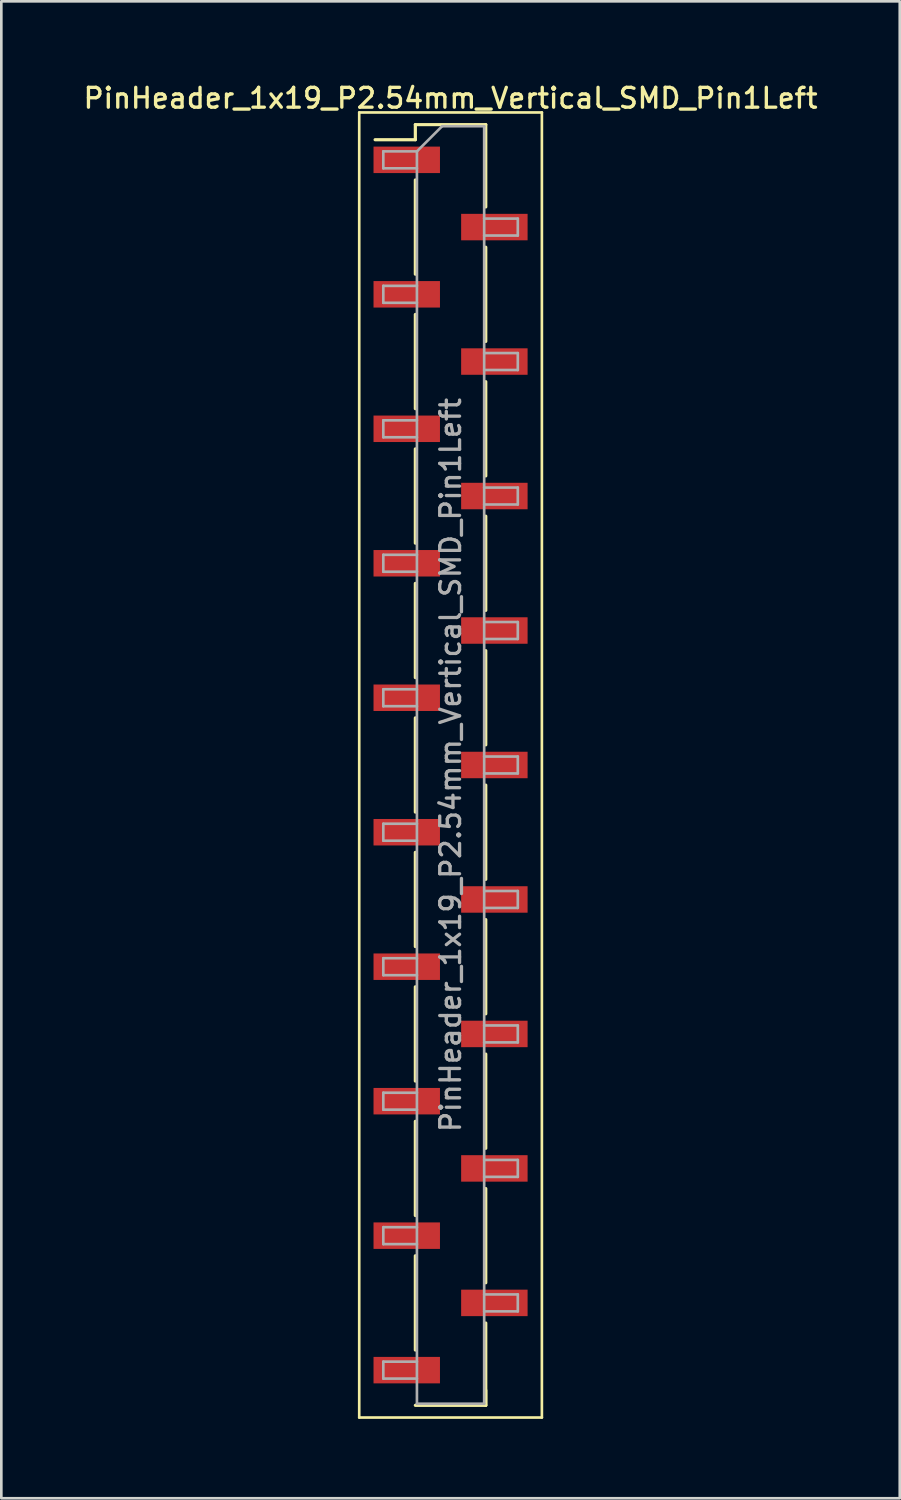
<source format=kicad_pcb>
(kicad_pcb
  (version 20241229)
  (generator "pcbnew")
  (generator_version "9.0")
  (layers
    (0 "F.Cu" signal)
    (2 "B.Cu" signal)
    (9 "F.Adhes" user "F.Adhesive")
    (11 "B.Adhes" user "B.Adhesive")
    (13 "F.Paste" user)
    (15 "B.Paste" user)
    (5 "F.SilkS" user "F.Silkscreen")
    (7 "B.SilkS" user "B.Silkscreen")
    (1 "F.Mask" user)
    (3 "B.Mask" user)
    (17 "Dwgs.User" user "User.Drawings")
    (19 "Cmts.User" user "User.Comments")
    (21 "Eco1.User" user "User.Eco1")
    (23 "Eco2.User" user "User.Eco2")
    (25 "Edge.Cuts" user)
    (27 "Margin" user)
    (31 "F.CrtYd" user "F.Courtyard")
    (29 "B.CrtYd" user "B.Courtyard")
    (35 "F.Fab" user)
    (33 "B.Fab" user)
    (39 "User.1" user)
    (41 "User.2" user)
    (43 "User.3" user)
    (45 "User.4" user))
  (footprint "PinHeader_1x19_P2.54mm_Vertical_SMD_Pin1Left"
    (layer "F.Cu")
    (at 13.97 25.848)
    (property "Reference" "PinHeader_1x19_P2.54mm_Vertical_SMD_Pin1Left" (at 0 -25.19 0) (layer "F.SilkS") (effects (font (size 0.75 0.75) (thickness 0.125))))
    (attr smd)
    (fp_line (start -3.45 -24.65) (end -3.45 24.65) (stroke (width 0.1) (type solid)) (layer "F.SilkS"))
    (fp_line (start -3.45 24.65) (end 3.45 24.65) (stroke (width 0.1) (type solid)) (layer "F.SilkS"))
    (fp_line (start -1.33 -24.19) (end -1.33 -23.62) (stroke (width 0.12) (type solid)) (layer "F.SilkS"))
    (fp_line (start -1.33 -24.19) (end 1.33 -24.19) (stroke (width 0.12) (type solid)) (layer "F.SilkS"))
    (fp_line (start -1.33 -23.62) (end -2.85 -23.62) (stroke (width 0.12) (type solid)) (layer "F.SilkS"))
    (fp_line (start -1.33 -22.1) (end -1.33 -18.54) (stroke (width 0.12) (type solid)) (layer "F.SilkS"))
    (fp_line (start -1.33 -17.02) (end -1.33 -13.46) (stroke (width 0.12) (type solid)) (layer "F.SilkS"))
    (fp_line (start -1.33 -11.94) (end -1.33 -8.38) (stroke (width 0.12) (type solid)) (layer "F.SilkS"))
    (fp_line (start -1.33 -6.86) (end -1.33 -3.3) (stroke (width 0.12) (type solid)) (layer "F.SilkS"))
    (fp_line (start -1.33 -1.78) (end -1.33 1.78) (stroke (width 0.12) (type solid)) (layer "F.SilkS"))
    (fp_line (start -1.33 3.3) (end -1.33 6.86) (stroke (width 0.12) (type solid)) (layer "F.SilkS"))
    (fp_line (start -1.33 8.38) (end -1.33 11.94) (stroke (width 0.12) (type solid)) (layer "F.SilkS"))
    (fp_line (start -1.33 13.46) (end -1.33 17.02) (stroke (width 0.12) (type solid)) (layer "F.SilkS"))
    (fp_line (start -1.33 18.54) (end -1.33 22.1) (stroke (width 0.12) (type solid)) (layer "F.SilkS"))
    (fp_line (start -1.33 24.19) (end 1.33 24.19) (stroke (width 0.12) (type solid)) (layer "F.SilkS"))
    (fp_line (start 1.33 -24.19) (end 1.33 -21.08) (stroke (width 0.12) (type solid)) (layer "F.SilkS"))
    (fp_line (start 1.33 -19.56) (end 1.33 -16) (stroke (width 0.12) (type solid)) (layer "F.SilkS"))
    (fp_line (start 1.33 -14.48) (end 1.33 -10.92) (stroke (width 0.12) (type solid)) (layer "F.SilkS"))
    (fp_line (start 1.33 -9.4) (end 1.33 -5.84) (stroke (width 0.12) (type solid)) (layer "F.SilkS"))
    (fp_line (start 1.33 -4.32) (end 1.33 -0.76) (stroke (width 0.12) (type solid)) (layer "F.SilkS"))
    (fp_line (start 1.33 0.76) (end 1.33 4.32) (stroke (width 0.12) (type solid)) (layer "F.SilkS"))
    (fp_line (start 1.33 5.84) (end 1.33 9.4) (stroke (width 0.12) (type solid)) (layer "F.SilkS"))
    (fp_line (start 1.33 10.92) (end 1.33 14.48) (stroke (width 0.12) (type solid)) (layer "F.SilkS"))
    (fp_line (start 1.33 16) (end 1.33 19.56) (stroke (width 0.12) (type solid)) (layer "F.SilkS"))
    (fp_line (start 1.33 21.08) (end 1.33 24.19) (stroke (width 0.12) (type solid)) (layer "F.SilkS"))
    (fp_line (start 1.33 23.62) (end 1.33 24.19) (stroke (width 0.12) (type solid)) (layer "F.SilkS"))
    (fp_line (start 3.45 -24.65) (end -3.45 -24.65) (stroke (width 0.1) (type solid)) (layer "F.SilkS"))
    (fp_line (start 3.45 24.65) (end 3.45 -24.65) (stroke (width 0.1) (type solid)) (layer "F.SilkS"))
    (fp_line (start -2.54 -23.18) (end -2.54 -22.54) (stroke (width 0.1) (type solid)) (layer "F.Fab"))
    (fp_line (start -2.54 -22.54) (end -1.27 -22.54) (stroke (width 0.1) (type solid)) (layer "F.Fab"))
    (fp_line (start -2.54 -18.1) (end -2.54 -17.46) (stroke (width 0.1) (type solid)) (layer "F.Fab"))
    (fp_line (start -2.54 -17.46) (end -1.27 -17.46) (stroke (width 0.1) (type solid)) (layer "F.Fab"))
    (fp_line (start -2.54 -13.02) (end -2.54 -12.38) (stroke (width 0.1) (type solid)) (layer "F.Fab"))
    (fp_line (start -2.54 -12.38) (end -1.27 -12.38) (stroke (width 0.1) (type solid)) (layer "F.Fab"))
    (fp_line (start -2.54 -7.94) (end -2.54 -7.3) (stroke (width 0.1) (type solid)) (layer "F.Fab"))
    (fp_line (start -2.54 -7.3) (end -1.27 -7.3) (stroke (width 0.1) (type solid)) (layer "F.Fab"))
    (fp_line (start -2.54 -2.86) (end -2.54 -2.22) (stroke (width 0.1) (type solid)) (layer "F.Fab"))
    (fp_line (start -2.54 -2.22) (end -1.27 -2.22) (stroke (width 0.1) (type solid)) (layer "F.Fab"))
    (fp_line (start -2.54 2.22) (end -2.54 2.86) (stroke (width 0.1) (type solid)) (layer "F.Fab"))
    (fp_line (start -2.54 2.86) (end -1.27 2.86) (stroke (width 0.1) (type solid)) (layer "F.Fab"))
    (fp_line (start -2.54 7.3) (end -2.54 7.94) (stroke (width 0.1) (type solid)) (layer "F.Fab"))
    (fp_line (start -2.54 7.94) (end -1.27 7.94) (stroke (width 0.1) (type solid)) (layer "F.Fab"))
    (fp_line (start -2.54 12.38) (end -2.54 13.02) (stroke (width 0.1) (type solid)) (layer "F.Fab"))
    (fp_line (start -2.54 13.02) (end -1.27 13.02) (stroke (width 0.1) (type solid)) (layer "F.Fab"))
    (fp_line (start -2.54 17.46) (end -2.54 18.1) (stroke (width 0.1) (type solid)) (layer "F.Fab"))
    (fp_line (start -2.54 18.1) (end -1.27 18.1) (stroke (width 0.1) (type solid)) (layer "F.Fab"))
    (fp_line (start -2.54 22.54) (end -2.54 23.18) (stroke (width 0.1) (type solid)) (layer "F.Fab"))
    (fp_line (start -2.54 23.18) (end -1.27 23.18) (stroke (width 0.1) (type solid)) (layer "F.Fab"))
    (fp_line (start -1.27 -23.18) (end -2.54 -23.18) (stroke (width 0.1) (type solid)) (layer "F.Fab"))
    (fp_line (start -1.27 -23.18) (end -0.32 -24.13) (stroke (width 0.1) (type solid)) (layer "F.Fab"))
    (fp_line (start -1.27 -18.1) (end -2.54 -18.1) (stroke (width 0.1) (type solid)) (layer "F.Fab"))
    (fp_line (start -1.27 -13.02) (end -2.54 -13.02) (stroke (width 0.1) (type solid)) (layer "F.Fab"))
    (fp_line (start -1.27 -7.94) (end -2.54 -7.94) (stroke (width 0.1) (type solid)) (layer "F.Fab"))
    (fp_line (start -1.27 -2.86) (end -2.54 -2.86) (stroke (width 0.1) (type solid)) (layer "F.Fab"))
    (fp_line (start -1.27 2.22) (end -2.54 2.22) (stroke (width 0.1) (type solid)) (layer "F.Fab"))
    (fp_line (start -1.27 7.3) (end -2.54 7.3) (stroke (width 0.1) (type solid)) (layer "F.Fab"))
    (fp_line (start -1.27 12.38) (end -2.54 12.38) (stroke (width 0.1) (type solid)) (layer "F.Fab"))
    (fp_line (start -1.27 17.46) (end -2.54 17.46) (stroke (width 0.1) (type solid)) (layer "F.Fab"))
    (fp_line (start -1.27 22.54) (end -2.54 22.54) (stroke (width 0.1) (type solid)) (layer "F.Fab"))
    (fp_line (start -1.27 24.13) (end -1.27 -23.18) (stroke (width 0.1) (type solid)) (layer "F.Fab"))
    (fp_line (start -0.32 -24.13) (end 1.27 -24.13) (stroke (width 0.1) (type solid)) (layer "F.Fab"))
    (fp_line (start 1.27 -24.13) (end 1.27 24.13) (stroke (width 0.1) (type solid)) (layer "F.Fab"))
    (fp_line (start 1.27 -20.64) (end 2.54 -20.64) (stroke (width 0.1) (type solid)) (layer "F.Fab"))
    (fp_line (start 1.27 -15.56) (end 2.54 -15.56) (stroke (width 0.1) (type solid)) (layer "F.Fab"))
    (fp_line (start 1.27 -10.48) (end 2.54 -10.48) (stroke (width 0.1) (type solid)) (layer "F.Fab"))
    (fp_line (start 1.27 -5.4) (end 2.54 -5.4) (stroke (width 0.1) (type solid)) (layer "F.Fab"))
    (fp_line (start 1.27 -0.32) (end 2.54 -0.32) (stroke (width 0.1) (type solid)) (layer "F.Fab"))
    (fp_line (start 1.27 4.76) (end 2.54 4.76) (stroke (width 0.1) (type solid)) (layer "F.Fab"))
    (fp_line (start 1.27 9.84) (end 2.54 9.84) (stroke (width 0.1) (type solid)) (layer "F.Fab"))
    (fp_line (start 1.27 14.92) (end 2.54 14.92) (stroke (width 0.1) (type solid)) (layer "F.Fab"))
    (fp_line (start 1.27 20) (end 2.54 20) (stroke (width 0.1) (type solid)) (layer "F.Fab"))
    (fp_line (start 1.27 24.13) (end -1.27 24.13) (stroke (width 0.1) (type solid)) (layer "F.Fab"))
    (fp_line (start 2.54 -20.64) (end 2.54 -20) (stroke (width 0.1) (type solid)) (layer "F.Fab"))
    (fp_line (start 2.54 -20) (end 1.27 -20) (stroke (width 0.1) (type solid)) (layer "F.Fab"))
    (fp_line (start 2.54 -15.56) (end 2.54 -14.92) (stroke (width 0.1) (type solid)) (layer "F.Fab"))
    (fp_line (start 2.54 -14.92) (end 1.27 -14.92) (stroke (width 0.1) (type solid)) (layer "F.Fab"))
    (fp_line (start 2.54 -10.48) (end 2.54 -9.84) (stroke (width 0.1) (type solid)) (layer "F.Fab"))
    (fp_line (start 2.54 -9.84) (end 1.27 -9.84) (stroke (width 0.1) (type solid)) (layer "F.Fab"))
    (fp_line (start 2.54 -5.4) (end 2.54 -4.76) (stroke (width 0.1) (type solid)) (layer "F.Fab"))
    (fp_line (start 2.54 -4.76) (end 1.27 -4.76) (stroke (width 0.1) (type solid)) (layer "F.Fab"))
    (fp_line (start 2.54 -0.32) (end 2.54 0.32) (stroke (width 0.1) (type solid)) (layer "F.Fab"))
    (fp_line (start 2.54 0.32) (end 1.27 0.32) (stroke (width 0.1) (type solid)) (layer "F.Fab"))
    (fp_line (start 2.54 4.76) (end 2.54 5.4) (stroke (width 0.1) (type solid)) (layer "F.Fab"))
    (fp_line (start 2.54 5.4) (end 1.27 5.4) (stroke (width 0.1) (type solid)) (layer "F.Fab"))
    (fp_line (start 2.54 9.84) (end 2.54 10.48) (stroke (width 0.1) (type solid)) (layer "F.Fab"))
    (fp_line (start 2.54 10.48) (end 1.27 10.48) (stroke (width 0.1) (type solid)) (layer "F.Fab"))
    (fp_line (start 2.54 14.92) (end 2.54 15.56) (stroke (width 0.1) (type solid)) (layer "F.Fab"))
    (fp_line (start 2.54 15.56) (end 1.27 15.56) (stroke (width 0.1) (type solid)) (layer "F.Fab"))
    (fp_line (start 2.54 20) (end 2.54 20.64) (stroke (width 0.1) (type solid)) (layer "F.Fab"))
    (fp_line (start 2.54 20.64) (end 1.27 20.64) (stroke (width 0.1) (type solid)) (layer "F.Fab"))
    (fp_text user "${REFERENCE}" (at 0 0 90) (layer "F.Fab") (effects (font (size 0.75 0.75) (thickness 0.125))))
    (pad "1" smd rect (at -1.655 -22.86) (size 2.51 1) (layers "F.Cu" "F.Mask" "F.Paste"))
    (pad "2" smd rect (at 1.655 -20.32) (size 2.51 1) (layers "F.Cu" "F.Mask" "F.Paste"))
    (pad "3" smd rect (at -1.655 -17.78) (size 2.51 1) (layers "F.Cu" "F.Mask" "F.Paste"))
    (pad "4" smd rect (at 1.655 -15.24) (size 2.51 1) (layers "F.Cu" "F.Mask" "F.Paste"))
    (pad "5" smd rect (at -1.655 -12.7) (size 2.51 1) (layers "F.Cu" "F.Mask" "F.Paste"))
    (pad "6" smd rect (at 1.655 -10.16) (size 2.51 1) (layers "F.Cu" "F.Mask" "F.Paste"))
    (pad "7" smd rect (at -1.655 -7.62) (size 2.51 1) (layers "F.Cu" "F.Mask" "F.Paste"))
    (pad "8" smd rect (at 1.655 -5.08) (size 2.51 1) (layers "F.Cu" "F.Mask" "F.Paste"))
    (pad "9" smd rect (at -1.655 -2.54) (size 2.51 1) (layers "F.Cu" "F.Mask" "F.Paste"))
    (pad "10" smd rect (at 1.655 0) (size 2.51 1) (layers "F.Cu" "F.Mask" "F.Paste"))
    (pad "11" smd rect (at -1.655 2.54) (size 2.51 1) (layers "F.Cu" "F.Mask" "F.Paste"))
    (pad "12" smd rect (at 1.655 5.08) (size 2.51 1) (layers "F.Cu" "F.Mask" "F.Paste"))
    (pad "13" smd rect (at -1.655 7.62) (size 2.51 1) (layers "F.Cu" "F.Mask" "F.Paste"))
    (pad "14" smd rect (at 1.655 10.16) (size 2.51 1) (layers "F.Cu" "F.Mask" "F.Paste"))
    (pad "15" smd rect (at -1.655 12.7) (size 2.51 1) (layers "F.Cu" "F.Mask" "F.Paste"))
    (pad "16" smd rect (at 1.655 15.24) (size 2.51 1) (layers "F.Cu" "F.Mask" "F.Paste"))
    (pad "17" smd rect (at -1.655 17.78) (size 2.51 1) (layers "F.Cu" "F.Mask" "F.Paste"))
    (pad "18" smd rect (at 1.655 20.32) (size 2.51 1) (layers "F.Cu" "F.Mask" "F.Paste"))
    (pad "19" smd rect (at -1.655 22.86) (size 2.51 1) (layers "F.Cu" "F.Mask" "F.Paste")))
  (gr_rect
    (start -3 -3)
    (end 30.939 53.548)
    (stroke (width 0.1) (type default))
    (fill no)
    (layer "Edge.Cuts")))
</source>
